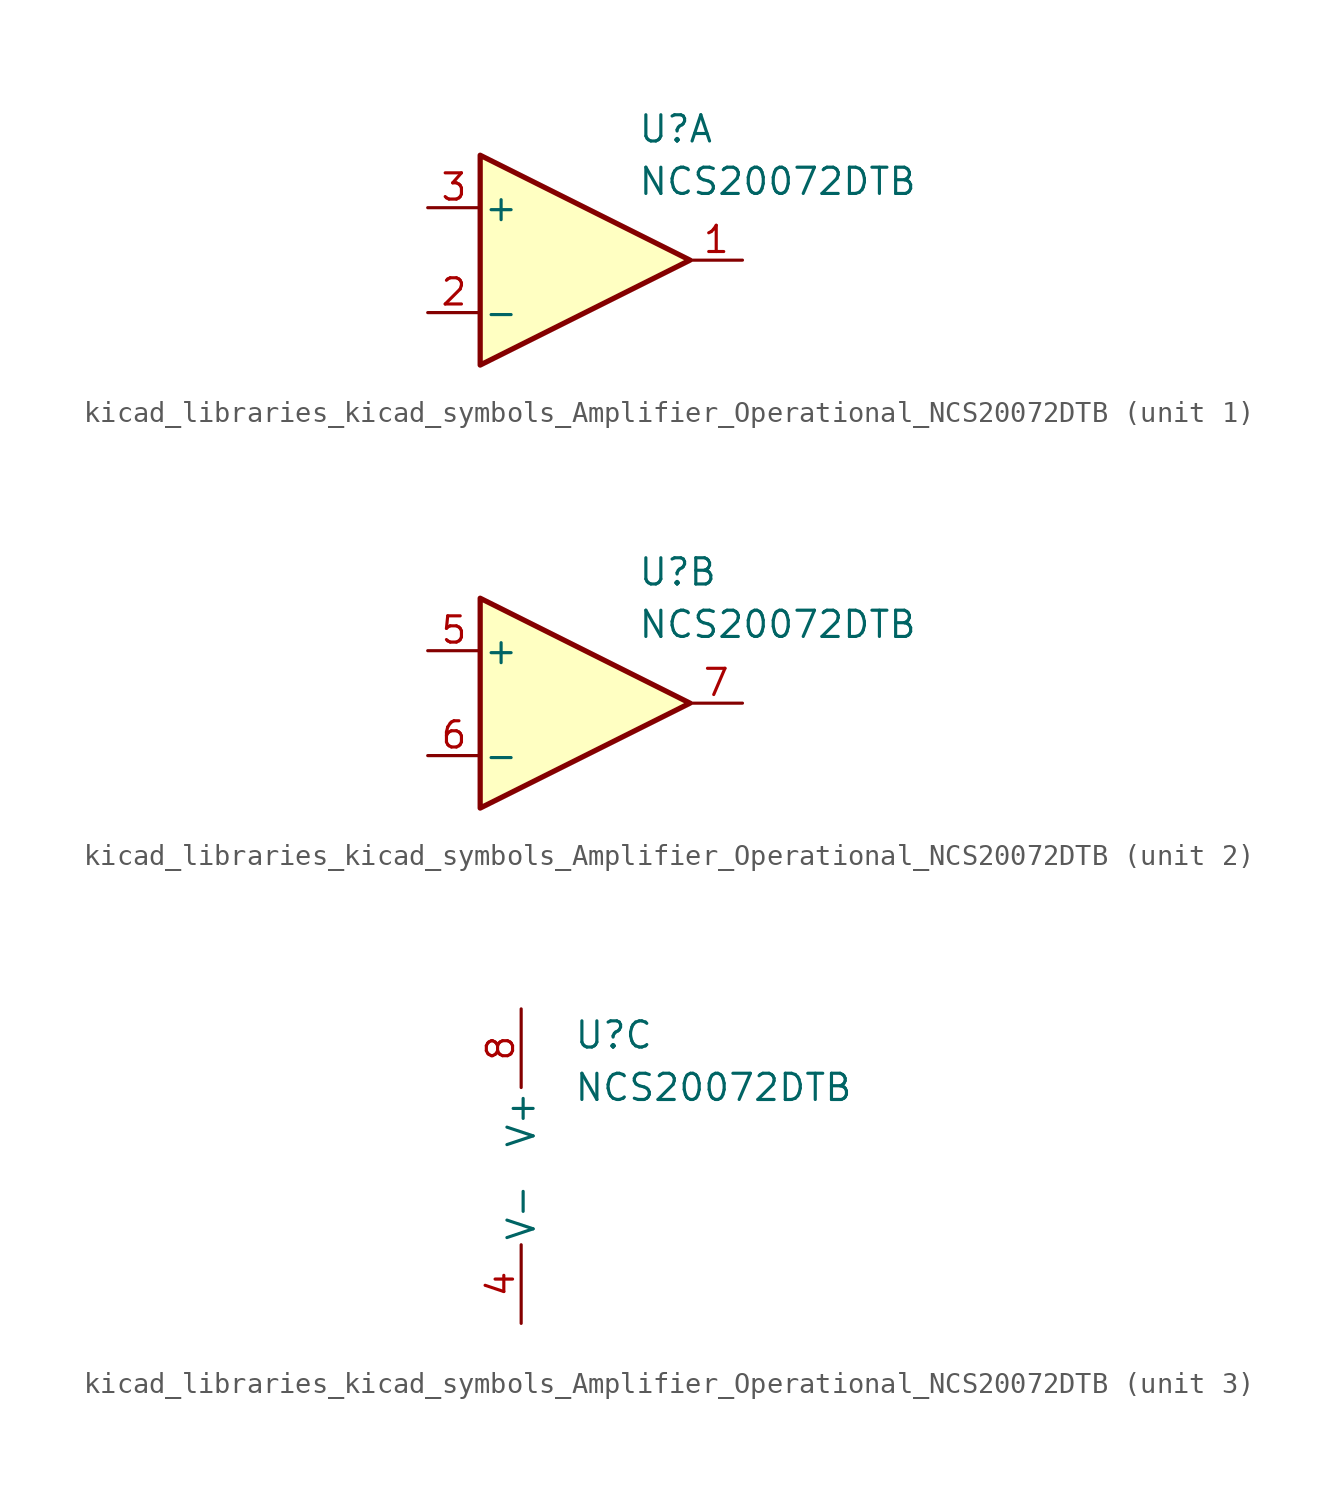
<source format=kicad_sym>
(kicad_symbol_lib
  (version 20220914)
  (generator kicad_symbol_editor)
  (symbol "kicad_libraries_kicad_symbols_Amplifier_Operational_NCS20072DTB"
    (pin_names
      (offset 0.127))
    (property "Reference" "U"
      (at 2.54 6.35 0)
      (effects (font (size 1.27 1.27)) (justify left)))
    (property "Value" "NCS20072DTB"
      (at 2.54 3.81 0)
      (effects (font (size 1.27 1.27)) (justify left)))
    (property "ki_locked" ""
      (at 0 0 0)
      (effects (font (size 1.27 1.27))))
    (symbol "kicad_libraries_kicad_symbols_Amplifier_Operational_NCS20072DTB_1_1"
      (polyline (pts (xy 5.08 0) (xy -5.08 5.08) (xy -5.08 -5.08) (xy 5.08 0)) (stroke (width 0.254) (type default)) (fill (type background)))
      (pin output line (at 7.62 0 180) (length 2.54) (name "~" (effects (font (size 1.27 1.27)))) (number "1" (effects (font (size 1.27 1.27)))))
      (pin input line (at -7.62 -2.54 0) (length 2.54) (name "-" (effects (font (size 1.27 1.27)))) (number "2" (effects (font (size 1.27 1.27)))))
      (pin input line (at -7.62 2.54 0) (length 2.54) (name "+" (effects (font (size 1.27 1.27)))) (number "3" (effects (font (size 1.27 1.27))))))
    (symbol "kicad_libraries_kicad_symbols_Amplifier_Operational_NCS20072DTB_2_1"
      (polyline (pts (xy 5.08 0) (xy -5.08 5.08) (xy -5.08 -5.08) (xy 5.08 0)) (stroke (width 0.254) (type default)) (fill (type background)))
      (pin input line (at -7.62 2.54 0) (length 2.54) (name "+" (effects (font (size 1.27 1.27)))) (number "5" (effects (font (size 1.27 1.27)))))
      (pin input line (at -7.62 -2.54 0) (length 2.54) (name "-" (effects (font (size 1.27 1.27)))) (number "6" (effects (font (size 1.27 1.27)))))
      (pin output line (at 7.62 0 180) (length 2.54) (name "~" (effects (font (size 1.27 1.27)))) (number "7" (effects (font (size 1.27 1.27))))))
    (symbol "kicad_libraries_kicad_symbols_Amplifier_Operational_NCS20072DTB_3_1"
      (pin power_in line (at 0 -7.62 90) (length 3.81) (name "V-" (effects (font (size 1.27 1.27)))) (number "4" (effects (font (size 1.27 1.27)))))
      (pin power_in line (at 0 7.62 270) (length 3.81) (name "V+" (effects (font (size 1.27 1.27)))) (number "8" (effects (font (size 1.27 1.27))))))))
</source>
